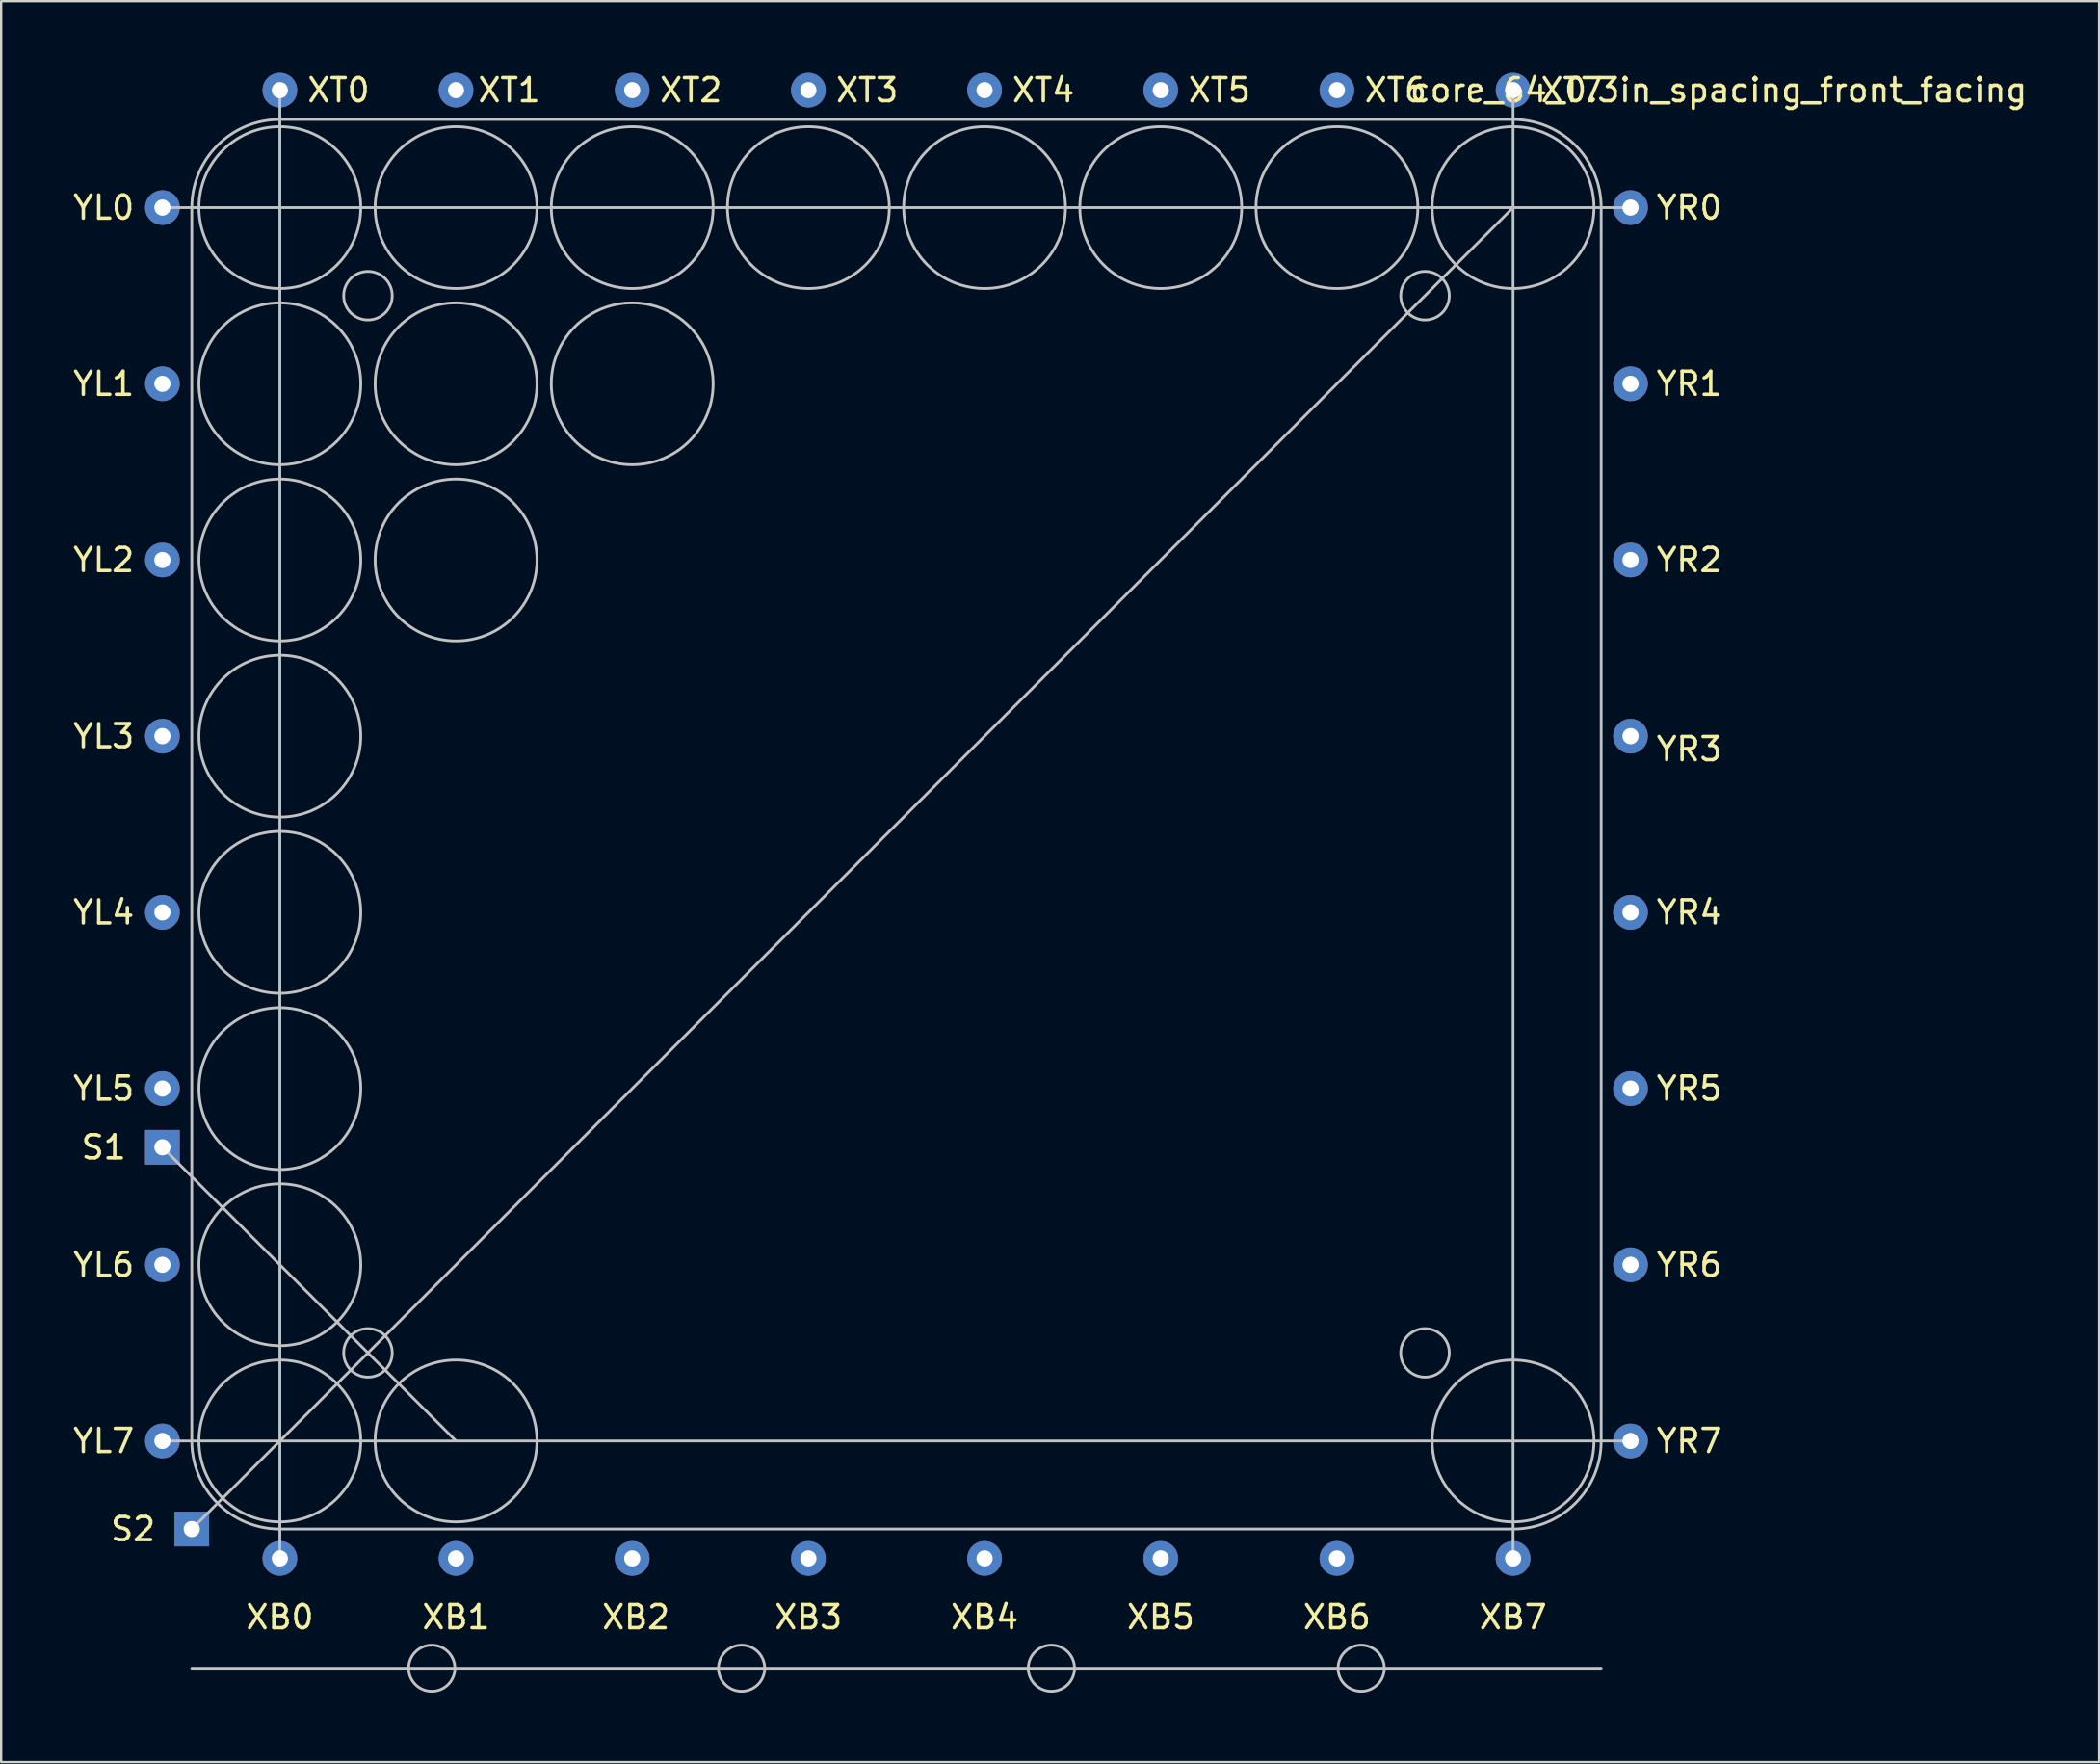
<source format=kicad_pcb>
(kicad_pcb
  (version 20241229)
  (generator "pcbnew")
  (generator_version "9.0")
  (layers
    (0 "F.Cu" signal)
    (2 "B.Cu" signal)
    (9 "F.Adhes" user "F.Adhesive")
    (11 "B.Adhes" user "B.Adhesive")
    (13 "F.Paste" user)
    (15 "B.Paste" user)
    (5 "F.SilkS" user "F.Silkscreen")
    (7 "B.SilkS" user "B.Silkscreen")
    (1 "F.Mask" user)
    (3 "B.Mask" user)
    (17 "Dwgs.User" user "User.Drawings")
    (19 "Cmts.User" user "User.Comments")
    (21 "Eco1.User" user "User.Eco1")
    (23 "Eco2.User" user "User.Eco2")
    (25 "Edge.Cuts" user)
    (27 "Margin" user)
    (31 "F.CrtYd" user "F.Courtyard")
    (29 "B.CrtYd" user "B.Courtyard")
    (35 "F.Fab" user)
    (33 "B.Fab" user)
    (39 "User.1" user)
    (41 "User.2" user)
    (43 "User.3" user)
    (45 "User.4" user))
  (footprint "core_64_0.3in_spacing_front_facing"
    (layer "F.Cu")
    (at 35.725 32.598)
    (property "Reference" "core_64_0.3in_spacing_front_facing" (at 35.56 -31.75 0) (layer "F.SilkS") (effects (font (size 1 1) (thickness 0.15))))
    (attr through_hole)
    (fp_line (start -31.75 -26.67) (end 31.75 -26.67) (stroke (width 0.12) (type solid)) (layer "Dwgs.User"))
    (fp_line (start -31.75 13.97) (end -19.05 26.67) (stroke (width 0.12) (type solid)) (layer "Dwgs.User"))
    (fp_line (start -30.48 26.67) (end -30.48 -26.67) (stroke (width 0.12) (type solid)) (layer "Dwgs.User"))
    (fp_line (start -30.48 30.48) (end 26.67 -26.67) (stroke (width 0.12) (type solid)) (layer "Dwgs.User"))
    (fp_line (start -30.48 36.5) (end 30.48 36.5) (stroke (width 0.12) (type solid)) (layer "Dwgs.User"))
    (fp_line (start -26.67 -30.48) (end 26.67 -30.48) (stroke (width 0.12) (type solid)) (layer "Dwgs.User"))
    (fp_line (start -26.67 31.75) (end -26.67 -31.75) (stroke (width 0.12) (type solid)) (layer "Dwgs.User"))
    (fp_line (start 26.67 -31.75) (end 26.67 31.75) (stroke (width 0.12) (type solid)) (layer "Dwgs.User"))
    (fp_line (start 26.67 30.48) (end -26.67 30.48) (stroke (width 0.12) (type solid)) (layer "Dwgs.User"))
    (fp_line (start 30.48 -26.67) (end 30.48 26.67) (stroke (width 0.12) (type solid)) (layer "Dwgs.User"))
    (fp_line (start 31.75 26.67) (end -31.75 26.67) (stroke (width 0.12) (type solid)) (layer "Dwgs.User"))
    (fp_arc (start -30.48 -26.67) (mid -29.364077 -29.364077) (end -26.67 -30.48) (stroke (width 0.12) (type solid)) (layer "Dwgs.User"))
    (fp_arc (start -26.67 30.48) (mid -29.364077 29.364077) (end -30.48 26.67) (stroke (width 0.12) (type solid)) (layer "Dwgs.User"))
    (fp_arc (start 26.67 -30.48) (mid 29.364077 -29.364077) (end 30.48 -26.67) (stroke (width 0.12) (type solid)) (layer "Dwgs.User"))
    (fp_arc (start 30.48 26.67) (mid 29.364077 29.364077) (end 26.67 30.48) (stroke (width 0.12) (type solid)) (layer "Dwgs.User"))
    (fp_circle (center -26.67 -26.67) (end -23.17 -26.67) (stroke (width 0.12) (type solid)) (fill no) (layer "Dwgs.User"))
    (fp_circle (center -26.67 -19.05) (end -23.17 -19.05) (stroke (width 0.12) (type solid)) (fill no) (layer "Dwgs.User"))
    (fp_circle (center -26.67 -11.43) (end -23.17 -11.43) (stroke (width 0.12) (type solid)) (fill no) (layer "Dwgs.User"))
    (fp_circle (center -26.67 -3.81) (end -23.17 -3.81) (stroke (width 0.12) (type solid)) (fill no) (layer "Dwgs.User"))
    (fp_circle (center -26.67 3.81) (end -23.17 3.81) (stroke (width 0.12) (type solid)) (fill no) (layer "Dwgs.User"))
    (fp_circle (center -26.67 11.43) (end -23.17 11.43) (stroke (width 0.12) (type solid)) (fill no) (layer "Dwgs.User"))
    (fp_circle (center -26.67 19.05) (end -23.17 19.05) (stroke (width 0.12) (type solid)) (fill no) (layer "Dwgs.User"))
    (fp_circle (center -26.67 26.67) (end -23.17 26.67) (stroke (width 0.12) (type solid)) (fill no) (layer "Dwgs.User"))
    (fp_circle (center -22.86 -22.86) (end -21.81 -22.86) (stroke (width 0.12) (type solid)) (fill no) (layer "Dwgs.User"))
    (fp_circle (center -22.86 22.86) (end -21.81 22.86) (stroke (width 0.12) (type solid)) (fill no) (layer "Dwgs.User"))
    (fp_circle (center -20.1 36.5) (end -21.1 36.5) (stroke (width 0.12) (type solid)) (fill no) (layer "Dwgs.User"))
    (fp_circle (center -19.05 -26.67) (end -15.55 -26.67) (stroke (width 0.12) (type solid)) (fill no) (layer "Dwgs.User"))
    (fp_circle (center -19.05 -19.05) (end -15.55 -19.05) (stroke (width 0.12) (type solid)) (fill no) (layer "Dwgs.User"))
    (fp_circle (center -19.05 -11.43) (end -15.55 -11.43) (stroke (width 0.12) (type solid)) (fill no) (layer "Dwgs.User"))
    (fp_circle (center -19.05 26.67) (end -15.55 26.67) (stroke (width 0.12) (type solid)) (fill no) (layer "Dwgs.User"))
    (fp_circle (center -11.43 -26.67) (end -7.93 -26.67) (stroke (width 0.12) (type solid)) (fill no) (layer "Dwgs.User"))
    (fp_circle (center -11.43 -19.05) (end -7.93 -19.05) (stroke (width 0.12) (type solid)) (fill no) (layer "Dwgs.User"))
    (fp_circle (center -6.7 36.5) (end -7.7 36.5) (stroke (width 0.12) (type solid)) (fill no) (layer "Dwgs.User"))
    (fp_circle (center -3.81 -26.67) (end -0.31 -26.67) (stroke (width 0.12) (type solid)) (fill no) (layer "Dwgs.User"))
    (fp_circle (center 3.81 -26.67) (end 7.31 -26.67) (stroke (width 0.12) (type solid)) (fill no) (layer "Dwgs.User"))
    (fp_circle (center 6.7 36.5) (end 5.7 36.5) (stroke (width 0.12) (type solid)) (fill no) (layer "Dwgs.User"))
    (fp_circle (center 11.43 -26.67) (end 14.93 -26.67) (stroke (width 0.12) (type solid)) (fill no) (layer "Dwgs.User"))
    (fp_circle (center 19.05 -26.67) (end 22.55 -26.67) (stroke (width 0.12) (type solid)) (fill no) (layer "Dwgs.User"))
    (fp_circle (center 20.1 36.5) (end 19.1 36.5) (stroke (width 0.12) (type solid)) (fill no) (layer "Dwgs.User"))
    (fp_circle (center 22.86 -22.86) (end 23.91 -22.86) (stroke (width 0.12) (type solid)) (fill no) (layer "Dwgs.User"))
    (fp_circle (center 22.86 22.86) (end 23.91 22.86) (stroke (width 0.12) (type solid)) (fill no) (layer "Dwgs.User"))
    (fp_circle (center 26.67 -26.67) (end 30.17 -26.67) (stroke (width 0.12) (type solid)) (fill no) (layer "Dwgs.User"))
    (fp_circle (center 26.67 26.67) (end 30.17 26.67) (stroke (width 0.12) (type solid)) (fill no) (layer "Dwgs.User"))
    (fp_text user "YL5" (at -34.29 11.43 0) (layer "F.SilkS") (effects (font (size 1 1) (thickness 0.15))))
    (fp_text user "S2" (at -33.02 30.48 0) (layer "F.SilkS") (effects (font (size 1 1) (thickness 0.15))))
    (fp_text user "YR1" (at 34.29 -19.05 0) (layer "F.SilkS") (effects (font (size 1 1) (thickness 0.15))))
    (fp_text user "XT5" (at 13.97 -31.75 0) (layer "F.SilkS") (effects (font (size 1 1) (thickness 0.15))))
    (fp_text user "XB1" (at -19.05 34.29 0) (layer "F.SilkS") (effects (font (size 1 1) (thickness 0.15))))
    (fp_text user "YL1" (at -34.29 -19.05 0) (layer "F.SilkS") (effects (font (size 1 1) (thickness 0.15))))
    (fp_text user "YR4" (at 34.29 3.81 0) (layer "F.SilkS") (effects (font (size 1 1) (thickness 0.15))))
    (fp_text user "YL7" (at -34.29 26.67 0) (layer "F.SilkS") (effects (font (size 1 1) (thickness 0.15))))
    (fp_text user "XT3" (at -1.27 -31.75 0) (layer "F.SilkS") (effects (font (size 1 1) (thickness 0.15))))
    (fp_text user "XB5" (at 11.43 34.29 0) (layer "F.SilkS") (effects (font (size 1 1) (thickness 0.15))))
    (fp_text user "YR0" (at 34.29 -26.67 0) (layer "F.SilkS") (effects (font (size 1 1) (thickness 0.15))))
    (fp_text user "XB0" (at -26.67 34.29 0) (layer "F.SilkS") (effects (font (size 1 1) (thickness 0.15))))
    (fp_text user "YL6" (at -34.29 19.05 0) (layer "F.SilkS") (effects (font (size 1 1) (thickness 0.15))))
    (fp_text user "YR6" (at 34.29 19.05 0) (layer "F.SilkS") (effects (font (size 1 1) (thickness 0.15))))
    (fp_text user "XB6" (at 19.05 34.29 0) (layer "F.SilkS") (effects (font (size 1 1) (thickness 0.15))))
    (fp_text user "XB4" (at 3.81 34.29 0) (layer "F.SilkS") (effects (font (size 1 1) (thickness 0.15))))
    (fp_text user "XT0" (at -24.13 -31.75 0) (layer "F.SilkS") (effects (font (size 1 1) (thickness 0.15))))
    (fp_text user "S1" (at -34.29 13.97 0) (layer "F.SilkS") (effects (font (size 1 1) (thickness 0.15))))
    (fp_text user "YL3" (at -34.29 -3.81 0) (layer "F.SilkS") (effects (font (size 1 1) (thickness 0.15))))
    (fp_text user "XB3" (at -3.81 34.29 0) (layer "F.SilkS") (effects (font (size 1 1) (thickness 0.15))))
    (fp_text user "YR3" (at 34.29 -3.25 0) (layer "F.SilkS") (effects (font (size 1 1) (thickness 0.15))))
    (fp_text user "XT2" (at -8.89 -31.75 0) (layer "F.SilkS") (effects (font (size 1 1) (thickness 0.15))))
    (fp_text user "XB7" (at 26.67 34.29 0) (layer "F.SilkS") (effects (font (size 1 1) (thickness 0.15))))
    (fp_text user "XB2" (at -11.27 34.29 0) (layer "F.SilkS") (effects (font (size 1 1) (thickness 0.15))))
    (fp_text user "YR5" (at 34.29 11.43 0) (layer "F.SilkS") (effects (font (size 1 1) (thickness 0.15))))
    (fp_text user "YL4" (at -34.29 3.81 0) (layer "F.SilkS") (effects (font (size 1 1) (thickness 0.15))))
    (fp_text user "YL0" (at -34.29 -26.67 0) (layer "F.SilkS") (effects (font (size 1 1) (thickness 0.15))))
    (fp_text user "YR2" (at 34.29 -11.43 0) (layer "F.SilkS") (effects (font (size 1 1) (thickness 0.15))))
    (fp_text user "YR7" (at 34.29 26.67 0) (layer "F.SilkS") (effects (font (size 1 1) (thickness 0.15))))
    (fp_text user "XT4" (at 6.35 -31.75 0) (layer "F.SilkS") (effects (font (size 1 1) (thickness 0.15))))
    (fp_text user "XT6" (at 21.59 -31.75 0) (layer "F.SilkS") (effects (font (size 1 1) (thickness 0.15))))
    (fp_text user "YL2" (at -34.29 -11.43 0) (layer "F.SilkS") (effects (font (size 1 1) (thickness 0.15))))
    (fp_text user "XT7" (at 29.21 -31.75 0) (layer "F.SilkS") (effects (font (size 1 1) (thickness 0.15))))
    (fp_text user "XT1" (at -16.75 -31.75 0) (layer "F.SilkS") (effects (font (size 1 1) (thickness 0.15))))
    (pad "1" thru_hole circle (at -26.67 -31.75 180) (size 1.5 1.5) (drill 0.7) (layers "*.Cu" "*.Mask"))
    (pad "2" thru_hole circle (at -19.05 -31.75 180) (size 1.5 1.5) (drill 0.7) (layers "*.Cu" "*.Mask"))
    (pad "3" thru_hole circle (at -11.43 -31.75 180) (size 1.5 1.5) (drill 0.7) (layers "*.Cu" "*.Mask"))
    (pad "4" thru_hole circle (at -3.81 -31.75 180) (size 1.5 1.5) (drill 0.7) (layers "*.Cu" "*.Mask"))
    (pad "5" thru_hole circle (at 3.81 -31.75 180) (size 1.5 1.5) (drill 0.7) (layers "*.Cu" "*.Mask"))
    (pad "6" thru_hole circle (at 11.43 -31.75 180) (size 1.5 1.5) (drill 0.7) (layers "*.Cu" "*.Mask"))
    (pad "7" thru_hole circle (at 19.05 -31.75 180) (size 1.5 1.5) (drill 0.7) (layers "*.Cu" "*.Mask"))
    (pad "8" thru_hole circle (at 26.67 -31.75 180) (size 1.5 1.5) (drill 0.7) (layers "*.Cu" "*.Mask"))
    (pad "9" thru_hole circle (at 31.75 -26.67 180) (size 1.5 1.5) (drill 0.7) (layers "*.Cu" "*.Mask"))
    (pad "10" thru_hole circle (at 31.75 -19.05 180) (size 1.5 1.5) (drill 0.7) (layers "*.Cu" "*.Mask"))
    (pad "11" thru_hole circle (at 31.75 -11.43 180) (size 1.5 1.5) (drill 0.7) (layers "*.Cu" "*.Mask"))
    (pad "12" thru_hole circle (at 31.75 -3.81 180) (size 1.5 1.5) (drill 0.7) (layers "*.Cu" "*.Mask"))
    (pad "13" thru_hole circle (at 31.75 3.81 180) (size 1.5 1.5) (drill 0.7) (layers "*.Cu" "*.Mask"))
    (pad "14" thru_hole circle (at 31.75 11.43 180) (size 1.5 1.5) (drill 0.7) (layers "*.Cu" "*.Mask"))
    (pad "15" thru_hole circle (at 31.75 19.05 180) (size 1.5 1.5) (drill 0.7) (layers "*.Cu" "*.Mask"))
    (pad "16" thru_hole circle (at 31.75 26.67 180) (size 1.5 1.5) (drill 0.7) (layers "*.Cu" "*.Mask"))
    (pad "17" thru_hole circle (at 26.67 31.75 180) (size 1.5 1.5) (drill 0.7) (layers "*.Cu" "*.Mask"))
    (pad "18" thru_hole circle (at 19.05 31.75 180) (size 1.5 1.5) (drill 0.7) (layers "*.Cu" "*.Mask"))
    (pad "19" thru_hole circle (at 11.43 31.75 180) (size 1.5 1.5) (drill 0.7) (layers "*.Cu" "*.Mask"))
    (pad "20" thru_hole circle (at 3.81 31.75 180) (size 1.5 1.5) (drill 0.7) (layers "*.Cu" "*.Mask"))
    (pad "21" thru_hole circle (at -3.81 31.75 180) (size 1.5 1.5) (drill 0.7) (layers "*.Cu" "*.Mask"))
    (pad "22" thru_hole circle (at -11.43 31.75 180) (size 1.5 1.5) (drill 0.7) (layers "*.Cu" "*.Mask"))
    (pad "23" thru_hole circle (at -19.05 31.75 180) (size 1.5 1.5) (drill 0.7) (layers "*.Cu" "*.Mask"))
    (pad "24" thru_hole circle (at -26.67 31.75 180) (size 1.5 1.5) (drill 0.7) (layers "*.Cu" "*.Mask"))
    (pad "25" thru_hole circle (at -31.75 26.67 180) (size 1.5 1.5) (drill 0.7) (layers "*.Cu" "*.Mask"))
    (pad "26" thru_hole circle (at -31.75 19.05 180) (size 1.5 1.5) (drill 0.7) (layers "*.Cu" "*.Mask"))
    (pad "27" thru_hole circle (at -31.75 11.43 180) (size 1.5 1.5) (drill 0.7) (layers "*.Cu" "*.Mask"))
    (pad "28" thru_hole circle (at -31.75 3.81 180) (size 1.5 1.5) (drill 0.7) (layers "*.Cu" "*.Mask"))
    (pad "29" thru_hole circle (at -31.75 -3.81 180) (size 1.5 1.5) (drill 0.7) (layers "*.Cu" "*.Mask"))
    (pad "30" thru_hole circle (at -31.75 -11.43 180) (size 1.5 1.5) (drill 0.7) (layers "*.Cu" "*.Mask"))
    (pad "31" thru_hole circle (at -31.75 -19.05 180) (size 1.5 1.5) (drill 0.7) (layers "*.Cu" "*.Mask"))
    (pad "32" thru_hole circle (at -31.75 -26.67 180) (size 1.5 1.5) (drill 0.7) (layers "*.Cu" "*.Mask"))
    (pad "33" thru_hole rect (at -31.75 13.97) (size 1.5 1.5) (drill 0.7) (layers "*.Cu" "*.Mask"))
    (pad "34" thru_hole rect (at -30.48 30.48) (size 1.5 1.5) (drill 0.7) (layers "*.Cu" "*.Mask")))
  (gr_rect
    (start -3 -3)
    (end 87.743 73.158)
    (stroke (width 0.1) (type default))
    (fill no)
    (layer "Edge.Cuts")))
</source>
